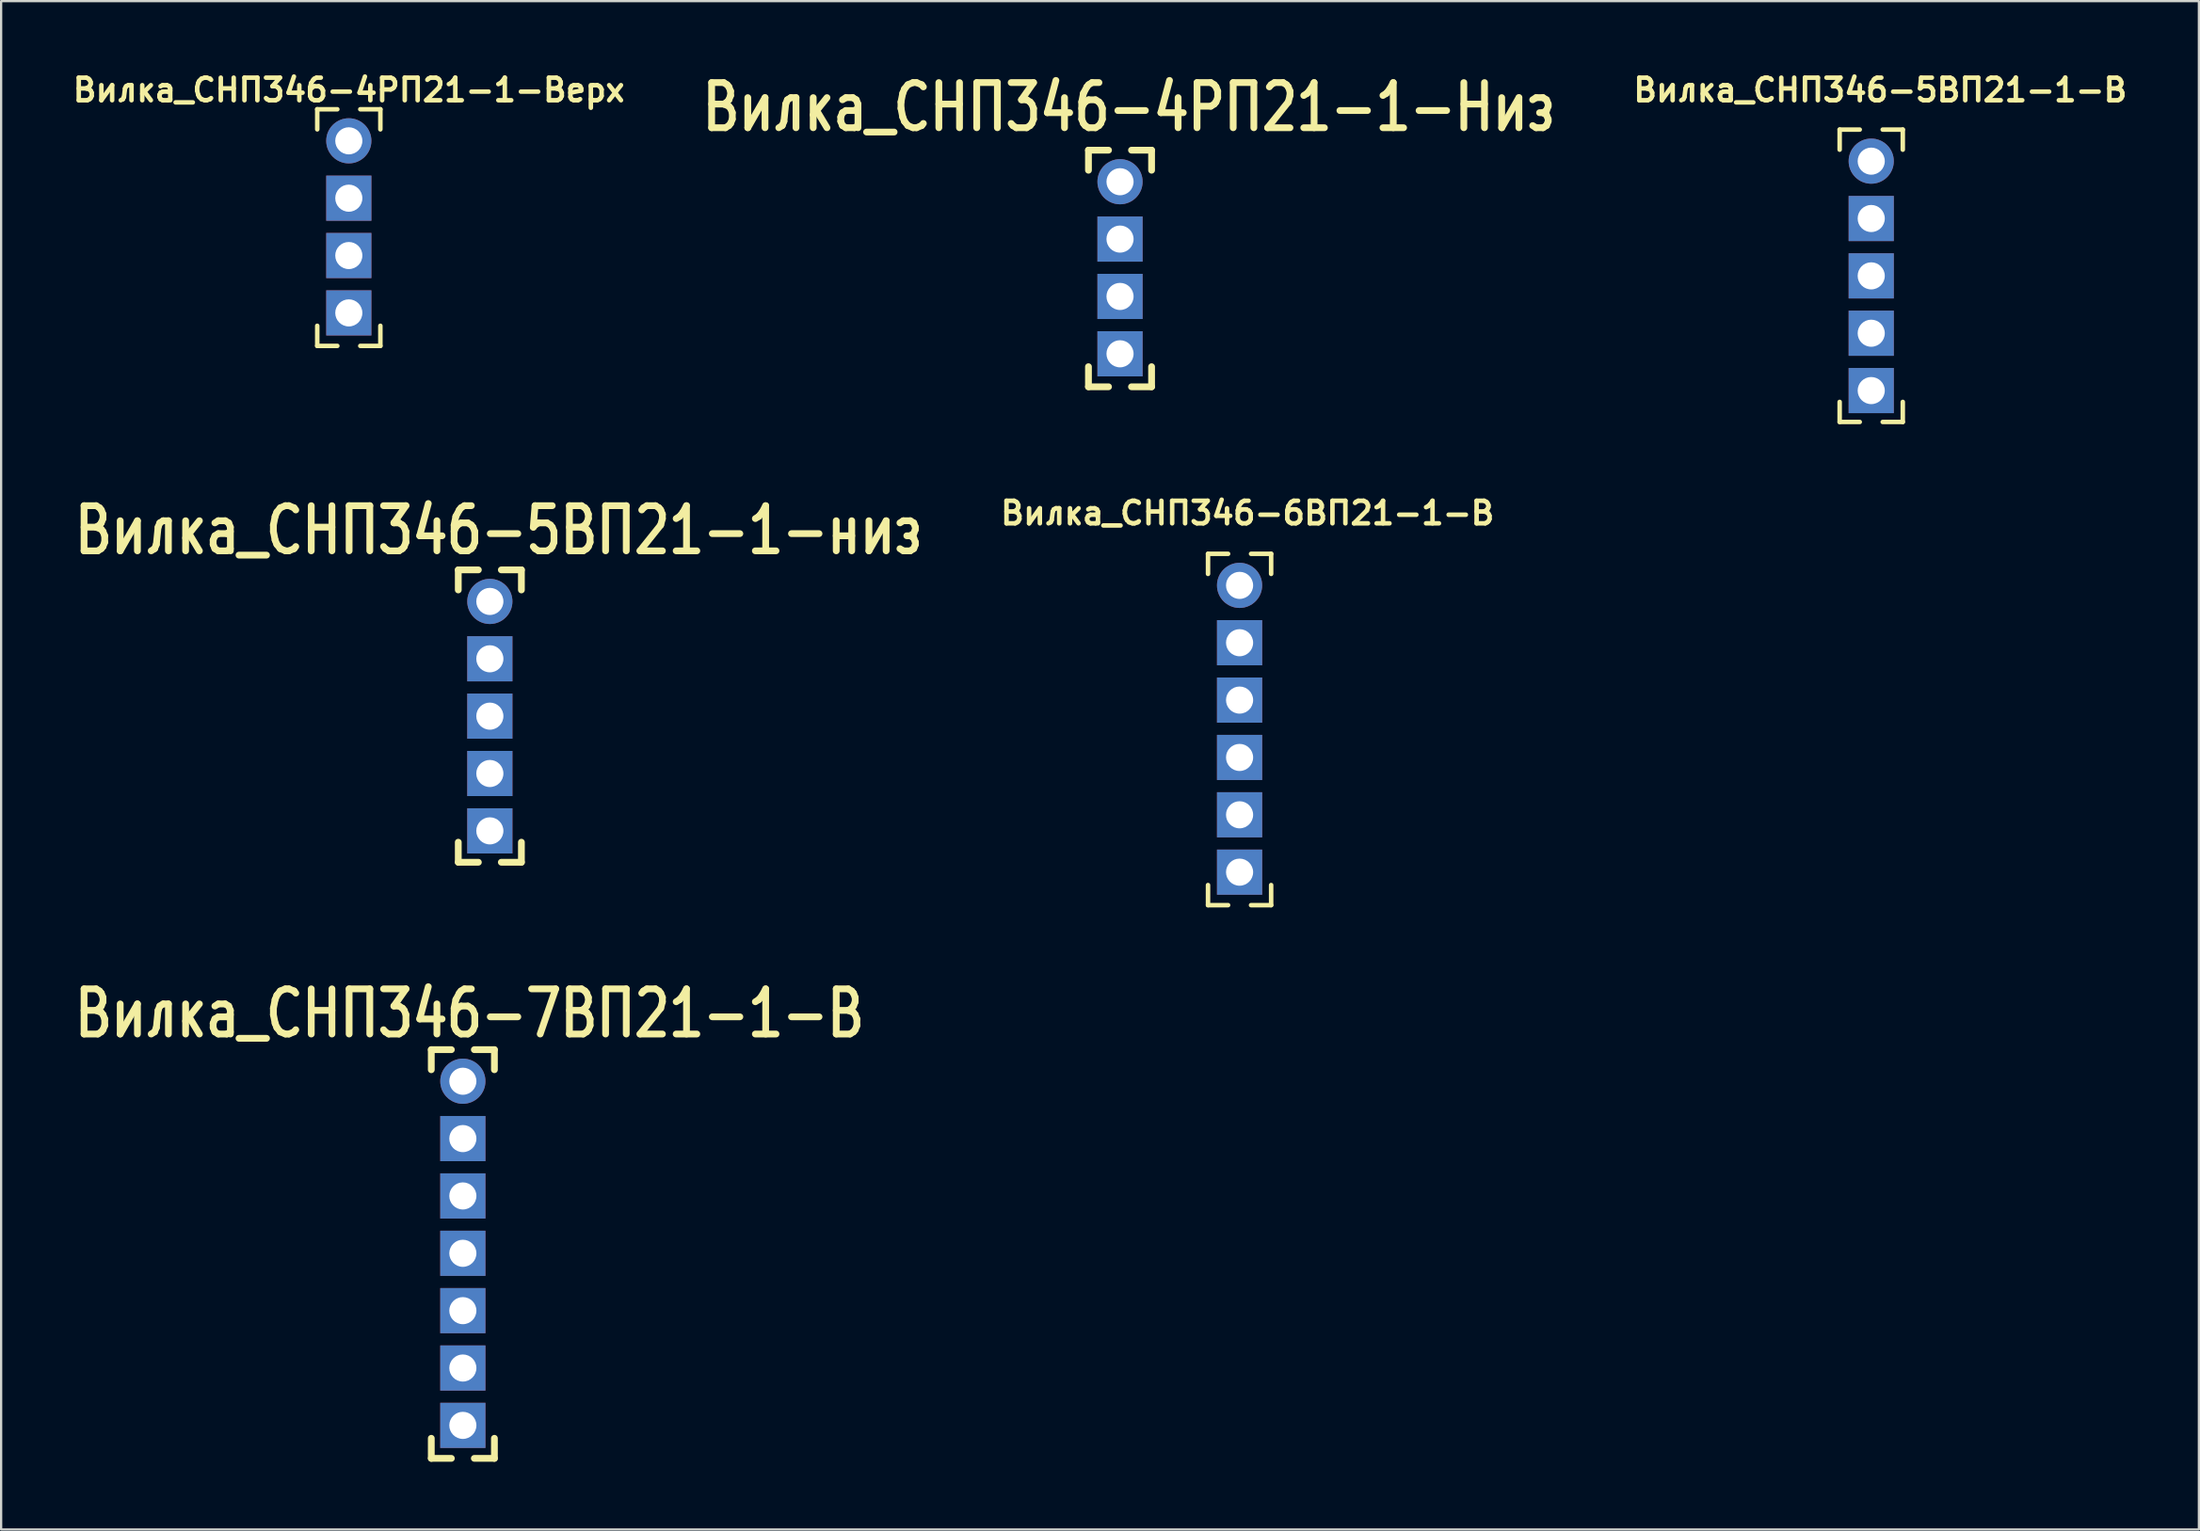
<source format=kicad_pcb>
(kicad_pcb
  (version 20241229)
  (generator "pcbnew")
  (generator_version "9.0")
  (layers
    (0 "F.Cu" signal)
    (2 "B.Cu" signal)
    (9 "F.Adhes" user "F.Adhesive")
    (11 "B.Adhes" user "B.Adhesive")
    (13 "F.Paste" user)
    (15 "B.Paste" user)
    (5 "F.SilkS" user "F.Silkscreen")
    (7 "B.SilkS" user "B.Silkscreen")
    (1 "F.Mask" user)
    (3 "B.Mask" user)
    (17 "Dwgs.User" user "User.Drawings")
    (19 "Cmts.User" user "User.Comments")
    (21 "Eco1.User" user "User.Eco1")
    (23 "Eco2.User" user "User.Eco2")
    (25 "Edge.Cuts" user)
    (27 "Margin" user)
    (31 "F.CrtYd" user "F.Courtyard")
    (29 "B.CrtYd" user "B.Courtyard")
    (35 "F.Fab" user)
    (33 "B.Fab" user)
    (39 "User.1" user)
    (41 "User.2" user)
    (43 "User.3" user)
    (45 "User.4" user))
  (footprint "Вилка_СНП346-5ВП21-1-низ"
    (layer "F.Cu")
    (at 18.633 23.583)
    (property "Reference" "Вилка_СНП346-5ВП21-1-низ" (at 0.4 -3.15 0) (layer "F.SilkS") (effects (font (size 2 1.6) (thickness 0.3))))
    (attr through_hole)
    (fp_line (start -1.397 -1.397) (end -1.397 -0.508) (stroke (width 0.3) (type solid)) (layer "F.SilkS"))
    (fp_line (start -1.397 -1.397) (end -0.508 -1.397) (stroke (width 0.3) (type solid)) (layer "F.SilkS"))
    (fp_line (start -1.397 11.55) (end -1.397 10.662) (stroke (width 0.3) (type solid)) (layer "F.SilkS"))
    (fp_line (start -1.397 11.55) (end -0.508 11.55) (stroke (width 0.3) (type solid)) (layer "F.SilkS"))
    (fp_line (start 1.397 -1.397) (end 0.508 -1.397) (stroke (width 0.3) (type solid)) (layer "F.SilkS"))
    (fp_line (start 1.397 -1.397) (end 1.397 -0.508) (stroke (width 0.3) (type solid)) (layer "F.SilkS"))
    (fp_line (start 1.397 11.55) (end 0.508 11.55) (stroke (width 0.3) (type solid)) (layer "F.SilkS"))
    (fp_line (start 1.397 11.55) (end 1.397 10.662) (stroke (width 0.3) (type solid)) (layer "F.SilkS"))
    (pad "1" thru_hole circle (at 0 0) (size 2 2) (drill 1.2) (layers "*.Cu" "*.Mask"))
    (pad "2" thru_hole rect (at 0 2.54) (size 2 2) (drill 1.2) (layers "*.Cu" "*.Mask"))
    (pad "3" thru_hole rect (at 0 5.08) (size 2 2) (drill 1.2) (layers "*.Cu" "*.Mask"))
    (pad "4" thru_hole rect (at 0 7.62) (size 2 2) (drill 1.2) (layers "*.Cu" "*.Mask"))
    (pad "5" thru_hole rect (at 0 10.16) (size 2 2) (drill 1.2) (layers "*.Cu" "*.Mask")))
  (footprint "Вилка_СНП346-5ВП21-1-В"
    (layer "F.Cu")
    (at 79.78 4.086)
    (property "Reference" "Вилка_СНП346-5ВП21-1-В" (at 0.4 -3.15 0) (layer "F.SilkS") (effects (font (size 1 1) (thickness 0.2))))
    (attr through_hole)
    (fp_line (start -1.397 -1.397) (end -1.397 -0.508) (stroke (width 0.2) (type solid)) (layer "F.SilkS"))
    (fp_line (start -1.397 -1.397) (end -0.508 -1.397) (stroke (width 0.2) (type solid)) (layer "F.SilkS"))
    (fp_line (start -1.397 11.55) (end -1.397 10.662) (stroke (width 0.2) (type solid)) (layer "F.SilkS"))
    (fp_line (start -1.397 11.55) (end -0.508 11.55) (stroke (width 0.2) (type solid)) (layer "F.SilkS"))
    (fp_line (start 1.397 -1.397) (end 0.508 -1.397) (stroke (width 0.2) (type solid)) (layer "F.SilkS"))
    (fp_line (start 1.397 -1.397) (end 1.397 -0.508) (stroke (width 0.2) (type solid)) (layer "F.SilkS"))
    (fp_line (start 1.397 11.55) (end 0.508 11.55) (stroke (width 0.2) (type solid)) (layer "F.SilkS"))
    (fp_line (start 1.397 11.55) (end 1.397 10.662) (stroke (width 0.2) (type solid)) (layer "F.SilkS"))
    (pad "1" thru_hole circle (at 0 0) (size 2 2) (drill 1.2) (layers "*.Cu" "*.Mask"))
    (pad "2" thru_hole rect (at 0 2.54) (size 2 2) (drill 1.2) (layers "*.Cu" "*.Mask"))
    (pad "3" thru_hole rect (at 0 5.08) (size 2 2) (drill 1.2) (layers "*.Cu" "*.Mask"))
    (pad "4" thru_hole rect (at 0 7.62) (size 2 2) (drill 1.2) (layers "*.Cu" "*.Mask"))
    (pad "5" thru_hole rect (at 0 10.16) (size 2 2) (drill 1.2) (layers "*.Cu" "*.Mask")))
  (footprint "Вилка_СНП346-4РП21-1-Верх"
    (layer "F.Cu")
    (at 12.39 3.186)
    (property "Reference" "Вилка_СНП346-4РП21-1-Верх" (at 0 -2.25 0) (layer "F.SilkS") (effects (font (size 1 1) (thickness 0.2))))
    (attr through_hole)
    (fp_line (start -1.397 -1.397) (end -1.397 -0.508) (stroke (width 0.2) (type solid)) (layer "F.SilkS"))
    (fp_line (start -1.397 -1.397) (end -0.508 -1.397) (stroke (width 0.2) (type solid)) (layer "F.SilkS"))
    (fp_line (start -1.397 9.081) (end -1.397 8.191) (stroke (width 0.2) (type solid)) (layer "F.SilkS"))
    (fp_line (start -1.397 9.081) (end -0.508 9.081) (stroke (width 0.2) (type solid)) (layer "F.SilkS"))
    (fp_line (start 1.397 -1.397) (end 0.508 -1.397) (stroke (width 0.2) (type solid)) (layer "F.SilkS"))
    (fp_line (start 1.397 -1.397) (end 1.397 -0.508) (stroke (width 0.2) (type solid)) (layer "F.SilkS"))
    (fp_line (start 1.397 9.081) (end 0.508 9.081) (stroke (width 0.2) (type solid)) (layer "F.SilkS"))
    (fp_line (start 1.397 9.081) (end 1.397 8.191) (stroke (width 0.2) (type solid)) (layer "F.SilkS"))
    (pad "1" thru_hole circle (at 0 0) (size 2 2) (drill 1.2) (layers "*.Cu" "*.Mask"))
    (pad "2" thru_hole rect (at 0 2.54) (size 2 2) (drill 1.2) (layers "*.Cu" "*.Mask"))
    (pad "3" thru_hole rect (at 0 5.08) (size 2 2) (drill 1.2) (layers "*.Cu" "*.Mask"))
    (pad "4" thru_hole rect (at 0 7.62) (size 2 2) (drill 1.2) (layers "*.Cu" "*.Mask")))
  (footprint "Вилка_СНП346-6ВП21-1-В"
    (layer "F.Cu")
    (at 51.82 22.872)
    (property "Reference" "Вилка_СНП346-6ВП21-1-В" (at 0.35 -3.2 0) (layer "F.SilkS") (effects (font (size 1 1) (thickness 0.2))))
    (attr through_hole)
    (fp_line (start -1.397 -1.397) (end -1.397 -0.508) (stroke (width 0.2) (type solid)) (layer "F.SilkS"))
    (fp_line (start -1.397 -1.397) (end -0.508 -1.397) (stroke (width 0.2) (type solid)) (layer "F.SilkS"))
    (fp_line (start -1.397 14.161) (end -1.397 13.271) (stroke (width 0.2) (type solid)) (layer "F.SilkS"))
    (fp_line (start -1.397 14.161) (end -0.508 14.161) (stroke (width 0.2) (type solid)) (layer "F.SilkS"))
    (fp_line (start 1.397 -1.397) (end 0.508 -1.397) (stroke (width 0.2) (type solid)) (layer "F.SilkS"))
    (fp_line (start 1.397 -1.397) (end 1.397 -0.508) (stroke (width 0.2) (type solid)) (layer "F.SilkS"))
    (fp_line (start 1.397 14.161) (end 0.508 14.161) (stroke (width 0.2) (type solid)) (layer "F.SilkS"))
    (fp_line (start 1.397 14.161) (end 1.397 13.271) (stroke (width 0.2) (type solid)) (layer "F.SilkS"))
    (pad "1" thru_hole circle (at 0 0) (size 2 2) (drill 1.2) (layers "*.Cu" "*.Mask"))
    (pad "2" thru_hole rect (at 0 2.54) (size 2 2) (drill 1.2) (layers "*.Cu" "*.Mask"))
    (pad "3" thru_hole rect (at 0 5.08) (size 2 2) (drill 1.2) (layers "*.Cu" "*.Mask"))
    (pad "4" thru_hole rect (at 0 7.62) (size 2 2) (drill 1.2) (layers "*.Cu" "*.Mask"))
    (pad "5" thru_hole rect (at 0 10.16) (size 2 2) (drill 1.2) (layers "*.Cu" "*.Mask"))
    (pad "6" thru_hole rect (at 0 12.7) (size 2 2) (drill 1.2) (layers "*.Cu" "*.Mask")))
  (footprint "Вилка_СНП346-4РП21-1-Низ"
    (layer "F.Cu")
    (at 46.528 4.997)
    (property "Reference" "Вилка_СНП346-4РП21-1-Низ" (at 0.4 -3.3 0) (layer "F.SilkS") (effects (font (size 2 1.6) (thickness 0.3))))
    (attr through_hole)
    (fp_line (start -1.397 -1.397) (end -1.397 -0.508) (stroke (width 0.3) (type solid)) (layer "F.SilkS"))
    (fp_line (start -1.397 -1.397) (end -0.508 -1.397) (stroke (width 0.3) (type solid)) (layer "F.SilkS"))
    (fp_line (start -1.397 9.081) (end -1.397 8.191) (stroke (width 0.3) (type solid)) (layer "F.SilkS"))
    (fp_line (start -1.397 9.081) (end -0.508 9.081) (stroke (width 0.3) (type solid)) (layer "F.SilkS"))
    (fp_line (start 1.397 -1.397) (end 0.508 -1.397) (stroke (width 0.3) (type solid)) (layer "F.SilkS"))
    (fp_line (start 1.397 -1.397) (end 1.397 -0.508) (stroke (width 0.3) (type solid)) (layer "F.SilkS"))
    (fp_line (start 1.397 9.081) (end 0.508 9.081) (stroke (width 0.3) (type solid)) (layer "F.SilkS"))
    (fp_line (start 1.397 9.081) (end 1.397 8.191) (stroke (width 0.3) (type solid)) (layer "F.SilkS"))
    (pad "1" thru_hole circle (at 0 0) (size 2 2) (drill 1.2) (layers "*.Cu" "*.Mask"))
    (pad "2" thru_hole rect (at 0 2.54) (size 2 2) (drill 1.2) (layers "*.Cu" "*.Mask"))
    (pad "3" thru_hole rect (at 0 5.08) (size 2 2) (drill 1.2) (layers "*.Cu" "*.Mask"))
    (pad "4" thru_hole rect (at 0 7.62) (size 2 2) (drill 1.2) (layers "*.Cu" "*.Mask")))
  (footprint "Вилка_СНП346-7ВП21-1-В"
    (layer "F.Cu")
    (at 17.438 44.83)
    (property "Reference" "Вилка_СНП346-7ВП21-1-В" (at 0.3 -3 0) (layer "F.SilkS") (effects (font (size 2 1.6) (thickness 0.3))))
    (attr through_hole)
    (fp_line (start -1.397 -1.397) (end -1.397 -0.508) (stroke (width 0.3) (type solid)) (layer "F.SilkS"))
    (fp_line (start -1.397 -1.397) (end -0.508 -1.397) (stroke (width 0.3) (type solid)) (layer "F.SilkS"))
    (fp_line (start -1.397 16.701) (end -1.397 15.812) (stroke (width 0.3) (type solid)) (layer "F.SilkS"))
    (fp_line (start -1.397 16.701) (end -0.508 16.701) (stroke (width 0.3) (type solid)) (layer "F.SilkS"))
    (fp_line (start 1.397 -1.397) (end 0.508 -1.397) (stroke (width 0.3) (type solid)) (layer "F.SilkS"))
    (fp_line (start 1.397 -1.397) (end 1.397 -0.508) (stroke (width 0.3) (type solid)) (layer "F.SilkS"))
    (fp_line (start 1.397 16.701) (end 0.508 16.701) (stroke (width 0.3) (type solid)) (layer "F.SilkS"))
    (fp_line (start 1.397 16.701) (end 1.397 15.812) (stroke (width 0.3) (type solid)) (layer "F.SilkS"))
    (pad "1" thru_hole circle (at 0 0) (size 2 2) (drill 1.2) (layers "*.Cu" "*.Mask"))
    (pad "2" thru_hole rect (at 0 2.54) (size 2 2) (drill 1.2) (layers "*.Cu" "*.Mask"))
    (pad "3" thru_hole rect (at 0 5.08) (size 2 2) (drill 1.2) (layers "*.Cu" "*.Mask"))
    (pad "4" thru_hole rect (at 0 7.62) (size 2 2) (drill 1.2) (layers "*.Cu" "*.Mask"))
    (pad "5" thru_hole rect (at 0 10.16) (size 2 2) (drill 1.2) (layers "*.Cu" "*.Mask"))
    (pad "6" thru_hole rect (at 0 12.7) (size 2 2) (drill 1.2) (layers "*.Cu" "*.Mask"))
    (pad "7" thru_hole rect (at 0 15.24) (size 2 2) (drill 1.2) (layers "*.Cu" "*.Mask")))
  (gr_rect
    (start -3 -3)
    (end 94.285 64.68)
    (stroke (width 0.1) (type default))
    (fill no)
    (layer "Edge.Cuts")))
</source>
